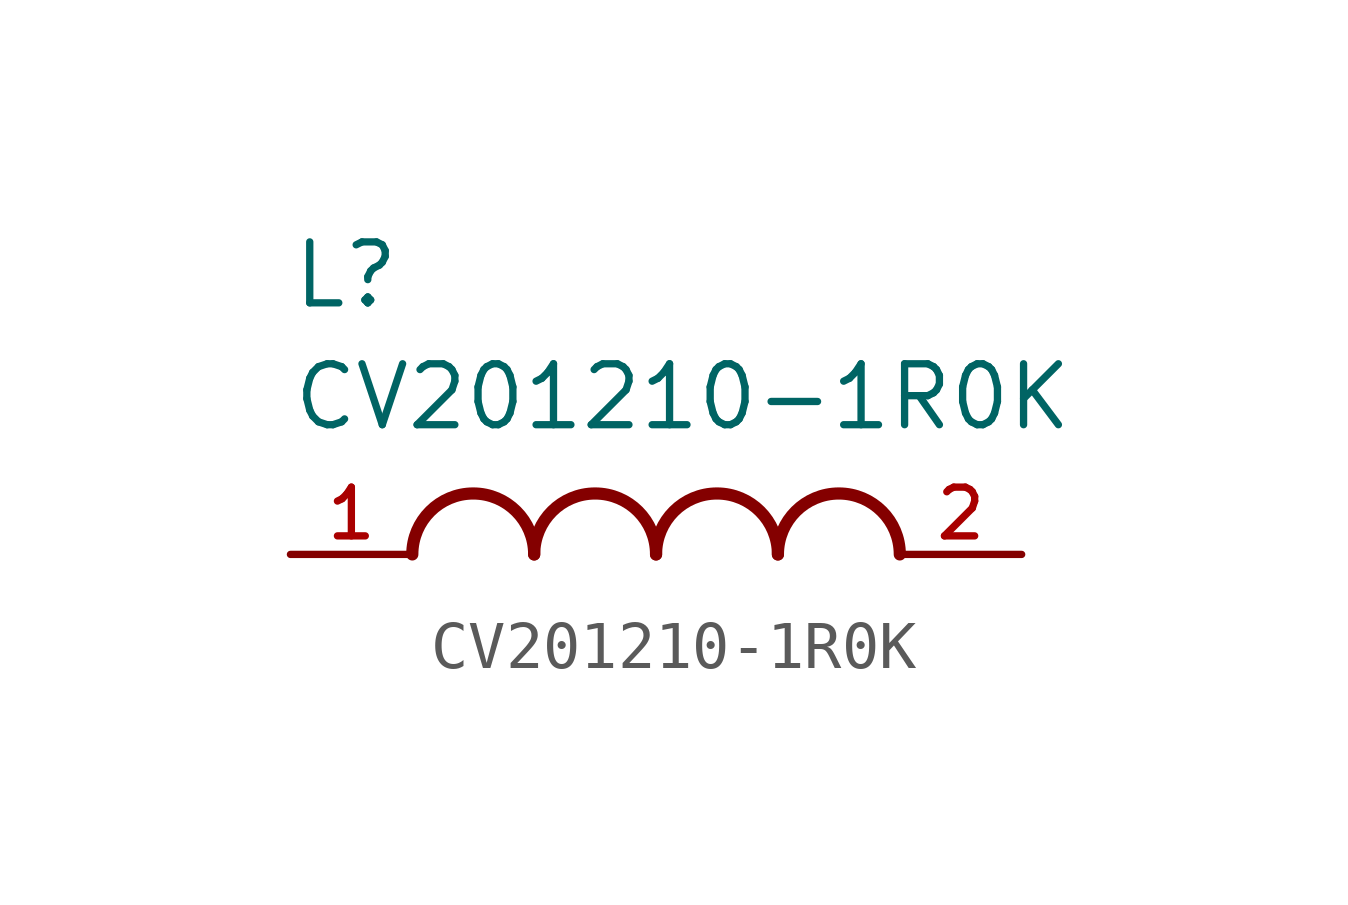
<source format=kicad_sym>
(kicad_symbol_lib
  (version 20231120)
  (generator "kicad_symbol_editor")
  (generator_version "8.0")
  (symbol "CV201210-1R0K"
    (pin_names
      (offset 1.016))
    (property "Reference" "L"
      (at -7.62 5.08 0)
      (effects (font (size 1.27 1.27)) (justify left bottom)))
    (property "Value" "CV201210-1R0K"
      (at -7.62 2.54 0)
      (effects (font (size 1.27 1.27)) (justify left bottom)))
    (symbol "CV201210-1R0K_0_0"
      (arc (start -2.54 0) (mid -3.81 1.2645) (end -5.08 0) (stroke (width 0.254) (type default)) (fill (type none)))
      (arc (start 0 0) (mid -1.27 1.2645) (end -2.54 0) (stroke (width 0.254) (type default)) (fill (type none)))
      (arc (start 2.54 0) (mid 1.27 1.2645) (end 0 0) (stroke (width 0.254) (type default)) (fill (type none)))
      (arc (start 5.08 0) (mid 3.81 1.2645) (end 2.54 0) (stroke (width 0.254) (type default)) (fill (type none)))
      (pin passive line (at -7.62 0 0) (length 2.54) (name "~" (effects (font (size 1.016 1.016)))) (number "1" (effects (font (size 1.016 1.016)))))
      (pin passive line (at 7.62 0 180) (length 2.54) (name "~" (effects (font (size 1.016 1.016)))) (number "2" (effects (font (size 1.016 1.016))))))))
</source>
